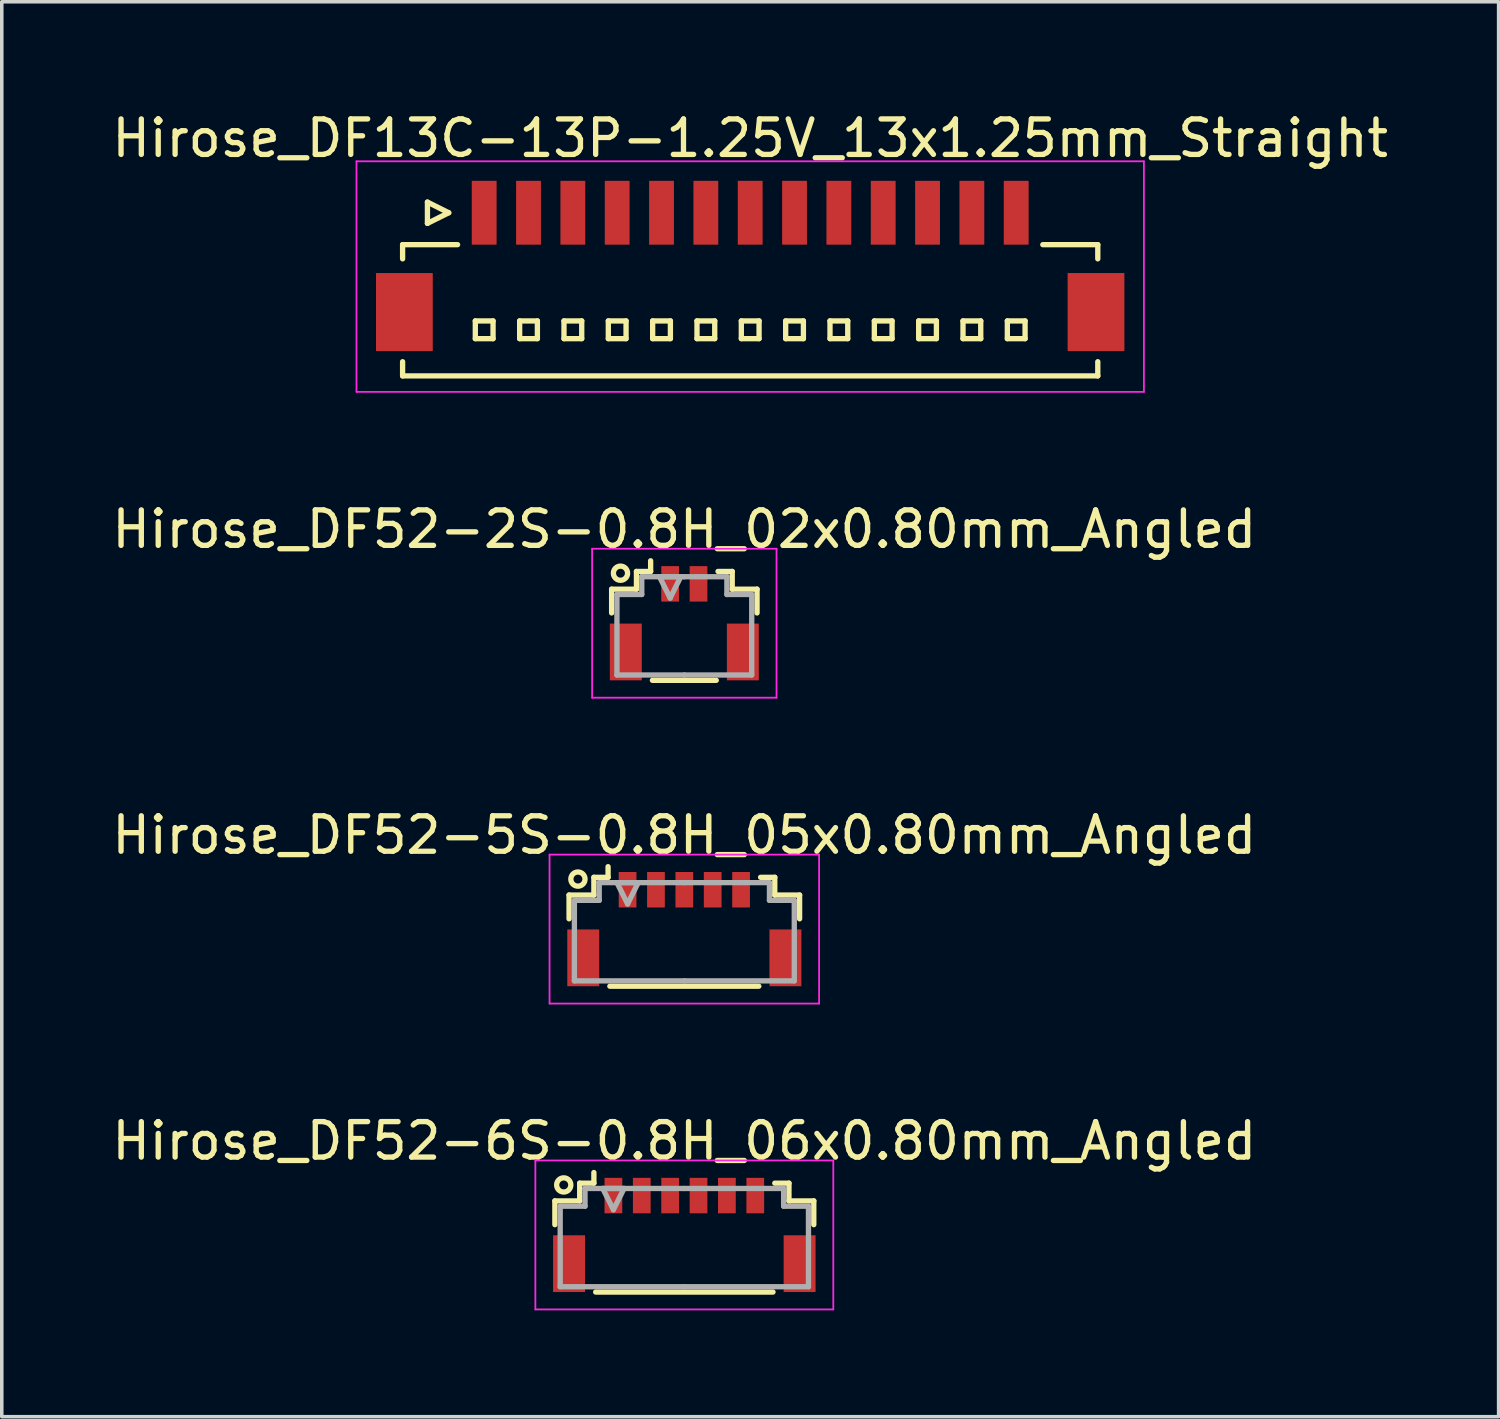
<source format=kicad_pcb>
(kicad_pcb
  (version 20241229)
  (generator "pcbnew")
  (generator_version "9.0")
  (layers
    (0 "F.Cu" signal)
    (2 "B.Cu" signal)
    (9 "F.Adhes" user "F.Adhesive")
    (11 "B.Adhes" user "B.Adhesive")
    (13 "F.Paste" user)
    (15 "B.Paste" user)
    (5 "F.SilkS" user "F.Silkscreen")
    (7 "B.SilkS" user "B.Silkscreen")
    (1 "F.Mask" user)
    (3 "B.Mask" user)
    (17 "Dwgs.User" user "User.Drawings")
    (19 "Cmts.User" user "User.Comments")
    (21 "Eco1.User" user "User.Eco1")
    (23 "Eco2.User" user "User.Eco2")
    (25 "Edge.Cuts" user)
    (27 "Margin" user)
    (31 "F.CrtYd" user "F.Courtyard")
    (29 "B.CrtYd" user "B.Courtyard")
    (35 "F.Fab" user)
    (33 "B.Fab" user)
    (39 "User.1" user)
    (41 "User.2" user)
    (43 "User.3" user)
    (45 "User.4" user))
  (footprint "Hirose_DF52-5S-0.8H_05x0.80mm_Angled"
    (layer "F.Cu")
    (at 16.244 22.995)
    (property "Reference" "Hirose_DF52-5S-0.8H_05x0.80mm_Angled" (at 0 -2.5 0) (layer "F.SilkS") (effects (font (size 1 1) (thickness 0.15))))
    (attr smd)
    (fp_line (start -3.25 -0.81) (end -3.25 -0.14) (stroke (width 0.15) (type solid)) (layer "F.SilkS"))
    (fp_line (start -2.55 -1.31) (end -2.55 -0.81) (stroke (width 0.15) (type solid)) (layer "F.SilkS"))
    (fp_line (start -2.55 -0.81) (end -3.25 -0.81) (stroke (width 0.15) (type solid)) (layer "F.SilkS"))
    (fp_line (start -2.15 -1.61) (end -2.15 -1.31) (stroke (width 0.15) (type solid)) (layer "F.SilkS"))
    (fp_line (start -2.15 -1.31) (end -2.55 -1.31) (stroke (width 0.15) (type solid)) (layer "F.SilkS"))
    (fp_line (start -2.1 1.76) (end 2.1 1.76) (stroke (width 0.15) (type solid)) (layer "F.SilkS"))
    (fp_line (start 2.15 -1.31) (end 2.55 -1.31) (stroke (width 0.15) (type solid)) (layer "F.SilkS"))
    (fp_line (start 2.55 -1.31) (end 2.55 -0.81) (stroke (width 0.15) (type solid)) (layer "F.SilkS"))
    (fp_line (start 2.55 -0.81) (end 3.25 -0.81) (stroke (width 0.15) (type solid)) (layer "F.SilkS"))
    (fp_line (start 3.25 -0.81) (end 3.25 -0.14) (stroke (width 0.15) (type solid)) (layer "F.SilkS"))
    (fp_circle (center -3 -1.26) (end -2.8 -1.26) (stroke (width 0.15) (type solid)) (fill no) (layer "F.SilkS"))
    (fp_line (start -3.8 -1.95) (end -3.8 2.25) (stroke (width 0.05) (type solid)) (layer "F.CrtYd"))
    (fp_line (start -3.8 2.25) (end 3.8 2.25) (stroke (width 0.05) (type solid)) (layer "F.CrtYd"))
    (fp_line (start 3.8 -1.95) (end -3.8 -1.95) (stroke (width 0.05) (type solid)) (layer "F.CrtYd"))
    (fp_line (start 3.8 2.25) (end 3.8 -1.95) (stroke (width 0.05) (type solid)) (layer "F.CrtYd"))
    (fp_line (start -3.1 -0.66) (end -3.1 1.61) (stroke (width 0.15) (type solid)) (layer "F.Fab"))
    (fp_line (start -3.1 1.61) (end 0 1.61) (stroke (width 0.15) (type solid)) (layer "F.Fab"))
    (fp_line (start -2.4 -1.16) (end -2.4 -1.16) (stroke (width 0.15) (type solid)) (layer "F.Fab"))
    (fp_line (start -2.4 -1.16) (end -2.4 -0.66) (stroke (width 0.15) (type solid)) (layer "F.Fab"))
    (fp_line (start -2.4 -0.66) (end -3.1 -0.66) (stroke (width 0.15) (type solid)) (layer "F.Fab"))
    (fp_line (start -1.9 -1.16) (end -1.3 -1.16) (stroke (width 0.15) (type solid)) (layer "F.Fab"))
    (fp_line (start -1.6 -0.56) (end -1.9 -1.16) (stroke (width 0.15) (type solid)) (layer "F.Fab"))
    (fp_line (start -1.3 -1.16) (end -1.6 -0.56) (stroke (width 0.15) (type solid)) (layer "F.Fab"))
    (fp_line (start 0 -1.16) (end -2.4 -1.16) (stroke (width 0.15) (type solid)) (layer "F.Fab"))
    (fp_line (start 0 -1.16) (end 2.4 -1.16) (stroke (width 0.15) (type solid)) (layer "F.Fab"))
    (fp_line (start 2.4 -1.16) (end 2.4 -1.16) (stroke (width 0.15) (type solid)) (layer "F.Fab"))
    (fp_line (start 2.4 -1.16) (end 2.4 -0.66) (stroke (width 0.15) (type solid)) (layer "F.Fab"))
    (fp_line (start 2.4 -0.66) (end 3.1 -0.66) (stroke (width 0.15) (type solid)) (layer "F.Fab"))
    (fp_line (start 3.1 -0.66) (end 3.1 1.61) (stroke (width 0.15) (type solid)) (layer "F.Fab"))
    (fp_line (start 3.1 1.61) (end 0 1.61) (stroke (width 0.15) (type solid)) (layer "F.Fab"))
    (pad "" smd rect (at -2.85 0.96) (size 0.9 1.6) (layers "F.Cu" "F.Mask" "F.Paste"))
    (pad "" smd rect (at 2.85 0.96) (size 0.9 1.6) (layers "F.Cu" "F.Mask" "F.Paste"))
    (pad "1" smd rect (at -1.6 -0.96) (size 0.5 1) (layers "F.Cu" "F.Mask" "F.Paste"))
    (pad "2" smd rect (at -0.8 -0.96) (size 0.5 1) (layers "F.Cu" "F.Mask" "F.Paste"))
    (pad "3" smd rect (at 0 -0.96) (size 0.5 1) (layers "F.Cu" "F.Mask" "F.Paste"))
    (pad "4" smd rect (at 0.8 -0.96) (size 0.5 1) (layers "F.Cu" "F.Mask" "F.Paste"))
    (pad "5" smd rect (at 1.6 -0.96) (size 0.5 1) (layers "F.Cu" "F.Mask" "F.Paste")))
  (footprint "Hirose_DF13C-13P-1.25V_13x1.25mm_Straight"
    (layer "F.Cu")
    (at 18.101 4.348)
    (property "Reference" "Hirose_DF13C-13P-1.25V_13x1.25mm_Straight" (at 0 -3.5 0) (layer "F.SilkS") (effects (font (size 1 1) (thickness 0.15))))
    (attr smd)
    (fp_line (start -9.8 -0.5) (end -9.8 -0.1) (stroke (width 0.15) (type solid)) (layer "F.SilkS"))
    (fp_line (start -9.8 -0.5) (end -8.25 -0.5) (stroke (width 0.15) (type solid)) (layer "F.SilkS"))
    (fp_line (start -9.8 3.2) (end -9.8 2.8) (stroke (width 0.15) (type solid)) (layer "F.SilkS"))
    (fp_line (start -9.8 3.2) (end 9.8 3.2) (stroke (width 0.15) (type solid)) (layer "F.SilkS"))
    (fp_line (start -9.1 -1.7) (end -9.1 -1.1) (stroke (width 0.15) (type solid)) (layer "F.SilkS"))
    (fp_line (start -9.1 -1.1) (end -8.5 -1.4) (stroke (width 0.15) (type solid)) (layer "F.SilkS"))
    (fp_line (start -8.5 -1.4) (end -9.1 -1.7) (stroke (width 0.15) (type solid)) (layer "F.SilkS"))
    (fp_line (start -7.75 1.65) (end -7.75 2.15) (stroke (width 0.15) (type solid)) (layer "F.SilkS"))
    (fp_line (start -7.75 2.15) (end -7.25 2.15) (stroke (width 0.15) (type solid)) (layer "F.SilkS"))
    (fp_line (start -7.25 1.65) (end -7.75 1.65) (stroke (width 0.15) (type solid)) (layer "F.SilkS"))
    (fp_line (start -7.25 2.15) (end -7.25 1.65) (stroke (width 0.15) (type solid)) (layer "F.SilkS"))
    (fp_line (start -6.5 1.65) (end -6.5 2.15) (stroke (width 0.15) (type solid)) (layer "F.SilkS"))
    (fp_line (start -6.5 2.15) (end -6 2.15) (stroke (width 0.15) (type solid)) (layer "F.SilkS"))
    (fp_line (start -6 1.65) (end -6.5 1.65) (stroke (width 0.15) (type solid)) (layer "F.SilkS"))
    (fp_line (start -6 2.15) (end -6 1.65) (stroke (width 0.15) (type solid)) (layer "F.SilkS"))
    (fp_line (start -5.25 1.65) (end -5.25 2.15) (stroke (width 0.15) (type solid)) (layer "F.SilkS"))
    (fp_line (start -5.25 2.15) (end -4.75 2.15) (stroke (width 0.15) (type solid)) (layer "F.SilkS"))
    (fp_line (start -4.75 1.65) (end -5.25 1.65) (stroke (width 0.15) (type solid)) (layer "F.SilkS"))
    (fp_line (start -4.75 2.15) (end -4.75 1.65) (stroke (width 0.15) (type solid)) (layer "F.SilkS"))
    (fp_line (start -4 1.65) (end -4 2.15) (stroke (width 0.15) (type solid)) (layer "F.SilkS"))
    (fp_line (start -4 2.15) (end -3.5 2.15) (stroke (width 0.15) (type solid)) (layer "F.SilkS"))
    (fp_line (start -3.5 1.65) (end -4 1.65) (stroke (width 0.15) (type solid)) (layer "F.SilkS"))
    (fp_line (start -3.5 2.15) (end -3.5 1.65) (stroke (width 0.15) (type solid)) (layer "F.SilkS"))
    (fp_line (start -2.75 1.65) (end -2.75 2.15) (stroke (width 0.15) (type solid)) (layer "F.SilkS"))
    (fp_line (start -2.75 2.15) (end -2.25 2.15) (stroke (width 0.15) (type solid)) (layer "F.SilkS"))
    (fp_line (start -2.25 1.65) (end -2.75 1.65) (stroke (width 0.15) (type solid)) (layer "F.SilkS"))
    (fp_line (start -2.25 2.15) (end -2.25 1.65) (stroke (width 0.15) (type solid)) (layer "F.SilkS"))
    (fp_line (start -1.5 1.65) (end -1.5 2.15) (stroke (width 0.15) (type solid)) (layer "F.SilkS"))
    (fp_line (start -1.5 2.15) (end -1 2.15) (stroke (width 0.15) (type solid)) (layer "F.SilkS"))
    (fp_line (start -1 1.65) (end -1.5 1.65) (stroke (width 0.15) (type solid)) (layer "F.SilkS"))
    (fp_line (start -1 2.15) (end -1 1.65) (stroke (width 0.15) (type solid)) (layer "F.SilkS"))
    (fp_line (start -0.25 1.65) (end -0.25 2.15) (stroke (width 0.15) (type solid)) (layer "F.SilkS"))
    (fp_line (start -0.25 2.15) (end 0.25 2.15) (stroke (width 0.15) (type solid)) (layer "F.SilkS"))
    (fp_line (start 0.25 1.65) (end -0.25 1.65) (stroke (width 0.15) (type solid)) (layer "F.SilkS"))
    (fp_line (start 0.25 2.15) (end 0.25 1.65) (stroke (width 0.15) (type solid)) (layer "F.SilkS"))
    (fp_line (start 1 1.65) (end 1 2.15) (stroke (width 0.15) (type solid)) (layer "F.SilkS"))
    (fp_line (start 1 2.15) (end 1.5 2.15) (stroke (width 0.15) (type solid)) (layer "F.SilkS"))
    (fp_line (start 1.5 1.65) (end 1 1.65) (stroke (width 0.15) (type solid)) (layer "F.SilkS"))
    (fp_line (start 1.5 2.15) (end 1.5 1.65) (stroke (width 0.15) (type solid)) (layer "F.SilkS"))
    (fp_line (start 2.25 1.65) (end 2.25 2.15) (stroke (width 0.15) (type solid)) (layer "F.SilkS"))
    (fp_line (start 2.25 2.15) (end 2.75 2.15) (stroke (width 0.15) (type solid)) (layer "F.SilkS"))
    (fp_line (start 2.75 1.65) (end 2.25 1.65) (stroke (width 0.15) (type solid)) (layer "F.SilkS"))
    (fp_line (start 2.75 2.15) (end 2.75 1.65) (stroke (width 0.15) (type solid)) (layer "F.SilkS"))
    (fp_line (start 3.5 1.65) (end 3.5 2.15) (stroke (width 0.15) (type solid)) (layer "F.SilkS"))
    (fp_line (start 3.5 2.15) (end 4 2.15) (stroke (width 0.15) (type solid)) (layer "F.SilkS"))
    (fp_line (start 4 1.65) (end 3.5 1.65) (stroke (width 0.15) (type solid)) (layer "F.SilkS"))
    (fp_line (start 4 2.15) (end 4 1.65) (stroke (width 0.15) (type solid)) (layer "F.SilkS"))
    (fp_line (start 4.75 1.65) (end 4.75 2.15) (stroke (width 0.15) (type solid)) (layer "F.SilkS"))
    (fp_line (start 4.75 2.15) (end 5.25 2.15) (stroke (width 0.15) (type solid)) (layer "F.SilkS"))
    (fp_line (start 5.25 1.65) (end 4.75 1.65) (stroke (width 0.15) (type solid)) (layer "F.SilkS"))
    (fp_line (start 5.25 2.15) (end 5.25 1.65) (stroke (width 0.15) (type solid)) (layer "F.SilkS"))
    (fp_line (start 6 1.65) (end 6 2.15) (stroke (width 0.15) (type solid)) (layer "F.SilkS"))
    (fp_line (start 6 2.15) (end 6.5 2.15) (stroke (width 0.15) (type solid)) (layer "F.SilkS"))
    (fp_line (start 6.5 1.65) (end 6 1.65) (stroke (width 0.15) (type solid)) (layer "F.SilkS"))
    (fp_line (start 6.5 2.15) (end 6.5 1.65) (stroke (width 0.15) (type solid)) (layer "F.SilkS"))
    (fp_line (start 7.25 1.65) (end 7.25 2.15) (stroke (width 0.15) (type solid)) (layer "F.SilkS"))
    (fp_line (start 7.25 2.15) (end 7.75 2.15) (stroke (width 0.15) (type solid)) (layer "F.SilkS"))
    (fp_line (start 7.75 1.65) (end 7.25 1.65) (stroke (width 0.15) (type solid)) (layer "F.SilkS"))
    (fp_line (start 7.75 2.15) (end 7.75 1.65) (stroke (width 0.15) (type solid)) (layer "F.SilkS"))
    (fp_line (start 9.8 -0.5) (end 8.25 -0.5) (stroke (width 0.15) (type solid)) (layer "F.SilkS"))
    (fp_line (start 9.8 -0.5) (end 9.8 -0.1) (stroke (width 0.15) (type solid)) (layer "F.SilkS"))
    (fp_line (start 9.8 3.2) (end 9.8 2.8) (stroke (width 0.15) (type solid)) (layer "F.SilkS"))
    (fp_line (start -11.1 -2.85) (end -11.1 3.65) (stroke (width 0.05) (type solid)) (layer "F.CrtYd"))
    (fp_line (start -11.1 3.65) (end 11.1 3.65) (stroke (width 0.05) (type solid)) (layer "F.CrtYd"))
    (fp_line (start 11.1 -2.85) (end -11.1 -2.85) (stroke (width 0.05) (type solid)) (layer "F.CrtYd"))
    (fp_line (start 11.1 3.65) (end 11.1 -2.85) (stroke (width 0.05) (type solid)) (layer "F.CrtYd"))
    (pad "" smd rect (at -9.75 1.4) (size 1.6 2.2) (layers "F.Cu" "F.Mask" "F.Paste"))
    (pad "" smd rect (at 9.75 1.4) (size 1.6 2.2) (layers "F.Cu" "F.Mask" "F.Paste"))
    (pad "1" smd rect (at -7.5 -1.4) (size 0.7 1.8) (layers "F.Cu" "F.Mask" "F.Paste"))
    (pad "2" smd rect (at -6.25 -1.4) (size 0.7 1.8) (layers "F.Cu" "F.Mask" "F.Paste"))
    (pad "3" smd rect (at -5 -1.4) (size 0.7 1.8) (layers "F.Cu" "F.Mask" "F.Paste"))
    (pad "4" smd rect (at -3.75 -1.4) (size 0.7 1.8) (layers "F.Cu" "F.Mask" "F.Paste"))
    (pad "5" smd rect (at -2.5 -1.4) (size 0.7 1.8) (layers "F.Cu" "F.Mask" "F.Paste"))
    (pad "6" smd rect (at -1.25 -1.4) (size 0.7 1.8) (layers "F.Cu" "F.Mask" "F.Paste"))
    (pad "7" smd rect (at 0 -1.4) (size 0.7 1.8) (layers "F.Cu" "F.Mask" "F.Paste"))
    (pad "8" smd rect (at 1.25 -1.4) (size 0.7 1.8) (layers "F.Cu" "F.Mask" "F.Paste"))
    (pad "9" smd rect (at 2.5 -1.4) (size 0.7 1.8) (layers "F.Cu" "F.Mask" "F.Paste"))
    (pad "10" smd rect (at 3.75 -1.4) (size 0.7 1.8) (layers "F.Cu" "F.Mask" "F.Paste"))
    (pad "11" smd rect (at 5 -1.4) (size 0.7 1.8) (layers "F.Cu" "F.Mask" "F.Paste"))
    (pad "12" smd rect (at 6.25 -1.4) (size 0.7 1.8) (layers "F.Cu" "F.Mask" "F.Paste"))
    (pad "13" smd rect (at 7.5 -1.4) (size 0.7 1.8) (layers "F.Cu" "F.Mask" "F.Paste")))
  (footprint "Hirose_DF52-6S-0.8H_06x0.80mm_Angled"
    (layer "F.Cu")
    (at 16.244 31.618)
    (property "Reference" "Hirose_DF52-6S-0.8H_06x0.80mm_Angled" (at 0 -2.5 0) (layer "F.SilkS") (effects (font (size 1 1) (thickness 0.15))))
    (attr smd)
    (fp_line (start -3.65 -0.81) (end -3.65 -0.14) (stroke (width 0.15) (type solid)) (layer "F.SilkS"))
    (fp_line (start -2.95 -1.31) (end -2.95 -0.81) (stroke (width 0.15) (type solid)) (layer "F.SilkS"))
    (fp_line (start -2.95 -0.81) (end -3.65 -0.81) (stroke (width 0.15) (type solid)) (layer "F.SilkS"))
    (fp_line (start -2.55 -1.61) (end -2.55 -1.31) (stroke (width 0.15) (type solid)) (layer "F.SilkS"))
    (fp_line (start -2.55 -1.31) (end -2.95 -1.31) (stroke (width 0.15) (type solid)) (layer "F.SilkS"))
    (fp_line (start -2.5 1.76) (end 2.5 1.76) (stroke (width 0.15) (type solid)) (layer "F.SilkS"))
    (fp_line (start 2.55 -1.31) (end 2.95 -1.31) (stroke (width 0.15) (type solid)) (layer "F.SilkS"))
    (fp_line (start 2.95 -1.31) (end 2.95 -0.81) (stroke (width 0.15) (type solid)) (layer "F.SilkS"))
    (fp_line (start 2.95 -0.81) (end 3.65 -0.81) (stroke (width 0.15) (type solid)) (layer "F.SilkS"))
    (fp_line (start 3.65 -0.81) (end 3.65 -0.14) (stroke (width 0.15) (type solid)) (layer "F.SilkS"))
    (fp_circle (center -3.4 -1.26) (end -3.2 -1.26) (stroke (width 0.15) (type solid)) (fill no) (layer "F.SilkS"))
    (fp_line (start -4.2 -1.95) (end -4.2 2.25) (stroke (width 0.05) (type solid)) (layer "F.CrtYd"))
    (fp_line (start -4.2 2.25) (end 4.2 2.25) (stroke (width 0.05) (type solid)) (layer "F.CrtYd"))
    (fp_line (start 4.2 -1.95) (end -4.2 -1.95) (stroke (width 0.05) (type solid)) (layer "F.CrtYd"))
    (fp_line (start 4.2 2.25) (end 4.2 -1.95) (stroke (width 0.05) (type solid)) (layer "F.CrtYd"))
    (fp_line (start -3.5 -0.66) (end -3.5 1.61) (stroke (width 0.15) (type solid)) (layer "F.Fab"))
    (fp_line (start -3.5 1.61) (end 0 1.61) (stroke (width 0.15) (type solid)) (layer "F.Fab"))
    (fp_line (start -2.8 -1.16) (end -2.8 -1.16) (stroke (width 0.15) (type solid)) (layer "F.Fab"))
    (fp_line (start -2.8 -1.16) (end -2.8 -0.66) (stroke (width 0.15) (type solid)) (layer "F.Fab"))
    (fp_line (start -2.8 -0.66) (end -3.5 -0.66) (stroke (width 0.15) (type solid)) (layer "F.Fab"))
    (fp_line (start -2.3 -1.16) (end -1.7 -1.16) (stroke (width 0.15) (type solid)) (layer "F.Fab"))
    (fp_line (start -2 -0.56) (end -2.3 -1.16) (stroke (width 0.15) (type solid)) (layer "F.Fab"))
    (fp_line (start -1.7 -1.16) (end -2 -0.56) (stroke (width 0.15) (type solid)) (layer "F.Fab"))
    (fp_line (start 0 -1.16) (end -2.8 -1.16) (stroke (width 0.15) (type solid)) (layer "F.Fab"))
    (fp_line (start 0 -1.16) (end 2.8 -1.16) (stroke (width 0.15) (type solid)) (layer "F.Fab"))
    (fp_line (start 2.8 -1.16) (end 2.8 -1.16) (stroke (width 0.15) (type solid)) (layer "F.Fab"))
    (fp_line (start 2.8 -1.16) (end 2.8 -0.66) (stroke (width 0.15) (type solid)) (layer "F.Fab"))
    (fp_line (start 2.8 -0.66) (end 3.5 -0.66) (stroke (width 0.15) (type solid)) (layer "F.Fab"))
    (fp_line (start 3.5 -0.66) (end 3.5 1.61) (stroke (width 0.15) (type solid)) (layer "F.Fab"))
    (fp_line (start 3.5 1.61) (end 0 1.61) (stroke (width 0.15) (type solid)) (layer "F.Fab"))
    (pad "" smd rect (at -3.25 0.96) (size 0.9 1.6) (layers "F.Cu" "F.Mask" "F.Paste"))
    (pad "" smd rect (at 3.25 0.96) (size 0.9 1.6) (layers "F.Cu" "F.Mask" "F.Paste"))
    (pad "1" smd rect (at -2 -0.96) (size 0.5 1) (layers "F.Cu" "F.Mask" "F.Paste"))
    (pad "2" smd rect (at -1.2 -0.96) (size 0.5 1) (layers "F.Cu" "F.Mask" "F.Paste"))
    (pad "3" smd rect (at -0.4 -0.96) (size 0.5 1) (layers "F.Cu" "F.Mask" "F.Paste"))
    (pad "4" smd rect (at 0.4 -0.96) (size 0.5 1) (layers "F.Cu" "F.Mask" "F.Paste"))
    (pad "5" smd rect (at 1.2 -0.96) (size 0.5 1) (layers "F.Cu" "F.Mask" "F.Paste"))
    (pad "6" smd rect (at 2 -0.96) (size 0.5 1) (layers "F.Cu" "F.Mask" "F.Paste")))
  (footprint "Hirose_DF52-2S-0.8H_02x0.80mm_Angled"
    (layer "F.Cu")
    (at 16.244 14.371)
    (property "Reference" "Hirose_DF52-2S-0.8H_02x0.80mm_Angled" (at 0 -2.5 0) (layer "F.SilkS") (effects (font (size 1 1) (thickness 0.15))))
    (attr smd)
    (fp_line (start -2.05 -0.81) (end -2.05 -0.14) (stroke (width 0.15) (type solid)) (layer "F.SilkS"))
    (fp_line (start -1.35 -1.31) (end -1.35 -0.81) (stroke (width 0.15) (type solid)) (layer "F.SilkS"))
    (fp_line (start -1.35 -0.81) (end -2.05 -0.81) (stroke (width 0.15) (type solid)) (layer "F.SilkS"))
    (fp_line (start -0.95 -1.61) (end -0.95 -1.31) (stroke (width 0.15) (type solid)) (layer "F.SilkS"))
    (fp_line (start -0.95 -1.31) (end -1.35 -1.31) (stroke (width 0.15) (type solid)) (layer "F.SilkS"))
    (fp_line (start -0.9 1.76) (end 0.9 1.76) (stroke (width 0.15) (type solid)) (layer "F.SilkS"))
    (fp_line (start 0.95 -1.31) (end 1.35 -1.31) (stroke (width 0.15) (type solid)) (layer "F.SilkS"))
    (fp_line (start 1.35 -1.31) (end 1.35 -0.81) (stroke (width 0.15) (type solid)) (layer "F.SilkS"))
    (fp_line (start 1.35 -0.81) (end 2.05 -0.81) (stroke (width 0.15) (type solid)) (layer "F.SilkS"))
    (fp_line (start 2.05 -0.81) (end 2.05 -0.14) (stroke (width 0.15) (type solid)) (layer "F.SilkS"))
    (fp_circle (center -1.8 -1.26) (end -1.6 -1.26) (stroke (width 0.15) (type solid)) (fill no) (layer "F.SilkS"))
    (fp_line (start -2.6 -1.95) (end -2.6 2.25) (stroke (width 0.05) (type solid)) (layer "F.CrtYd"))
    (fp_line (start -2.6 2.25) (end 2.6 2.25) (stroke (width 0.05) (type solid)) (layer "F.CrtYd"))
    (fp_line (start 2.6 -1.95) (end -2.6 -1.95) (stroke (width 0.05) (type solid)) (layer "F.CrtYd"))
    (fp_line (start 2.6 2.25) (end 2.6 -1.95) (stroke (width 0.05) (type solid)) (layer "F.CrtYd"))
    (fp_line (start -1.9 -0.66) (end -1.9 1.61) (stroke (width 0.15) (type solid)) (layer "F.Fab"))
    (fp_line (start -1.9 1.61) (end 0 1.61) (stroke (width 0.15) (type solid)) (layer "F.Fab"))
    (fp_line (start -1.2 -1.16) (end -1.2 -1.16) (stroke (width 0.15) (type solid)) (layer "F.Fab"))
    (fp_line (start -1.2 -1.16) (end -1.2 -0.66) (stroke (width 0.15) (type solid)) (layer "F.Fab"))
    (fp_line (start -1.2 -0.66) (end -1.9 -0.66) (stroke (width 0.15) (type solid)) (layer "F.Fab"))
    (fp_line (start -0.7 -1.16) (end -0.1 -1.16) (stroke (width 0.15) (type solid)) (layer "F.Fab"))
    (fp_line (start -0.4 -0.56) (end -0.7 -1.16) (stroke (width 0.15) (type solid)) (layer "F.Fab"))
    (fp_line (start -0.1 -1.16) (end -0.4 -0.56) (stroke (width 0.15) (type solid)) (layer "F.Fab"))
    (fp_line (start 0 -1.16) (end -1.2 -1.16) (stroke (width 0.15) (type solid)) (layer "F.Fab"))
    (fp_line (start 0 -1.16) (end 1.2 -1.16) (stroke (width 0.15) (type solid)) (layer "F.Fab"))
    (fp_line (start 1.2 -1.16) (end 1.2 -1.16) (stroke (width 0.15) (type solid)) (layer "F.Fab"))
    (fp_line (start 1.2 -1.16) (end 1.2 -0.66) (stroke (width 0.15) (type solid)) (layer "F.Fab"))
    (fp_line (start 1.2 -0.66) (end 1.9 -0.66) (stroke (width 0.15) (type solid)) (layer "F.Fab"))
    (fp_line (start 1.9 -0.66) (end 1.9 1.61) (stroke (width 0.15) (type solid)) (layer "F.Fab"))
    (fp_line (start 1.9 1.61) (end 0 1.61) (stroke (width 0.15) (type solid)) (layer "F.Fab"))
    (pad "" smd rect (at -1.65 0.96) (size 0.9 1.6) (layers "F.Cu" "F.Mask" "F.Paste"))
    (pad "" smd rect (at 1.65 0.96) (size 0.9 1.6) (layers "F.Cu" "F.Mask" "F.Paste"))
    (pad "1" smd rect (at -0.4 -0.96) (size 0.5 1) (layers "F.Cu" "F.Mask" "F.Paste"))
    (pad "2" smd rect (at 0.4 -0.96) (size 0.5 1) (layers "F.Cu" "F.Mask" "F.Paste")))
  (gr_rect
    (start -3 -3)
    (end 39.202 36.893)
    (stroke (width 0.1) (type default))
    (fill no)
    (layer "Edge.Cuts")))
</source>
